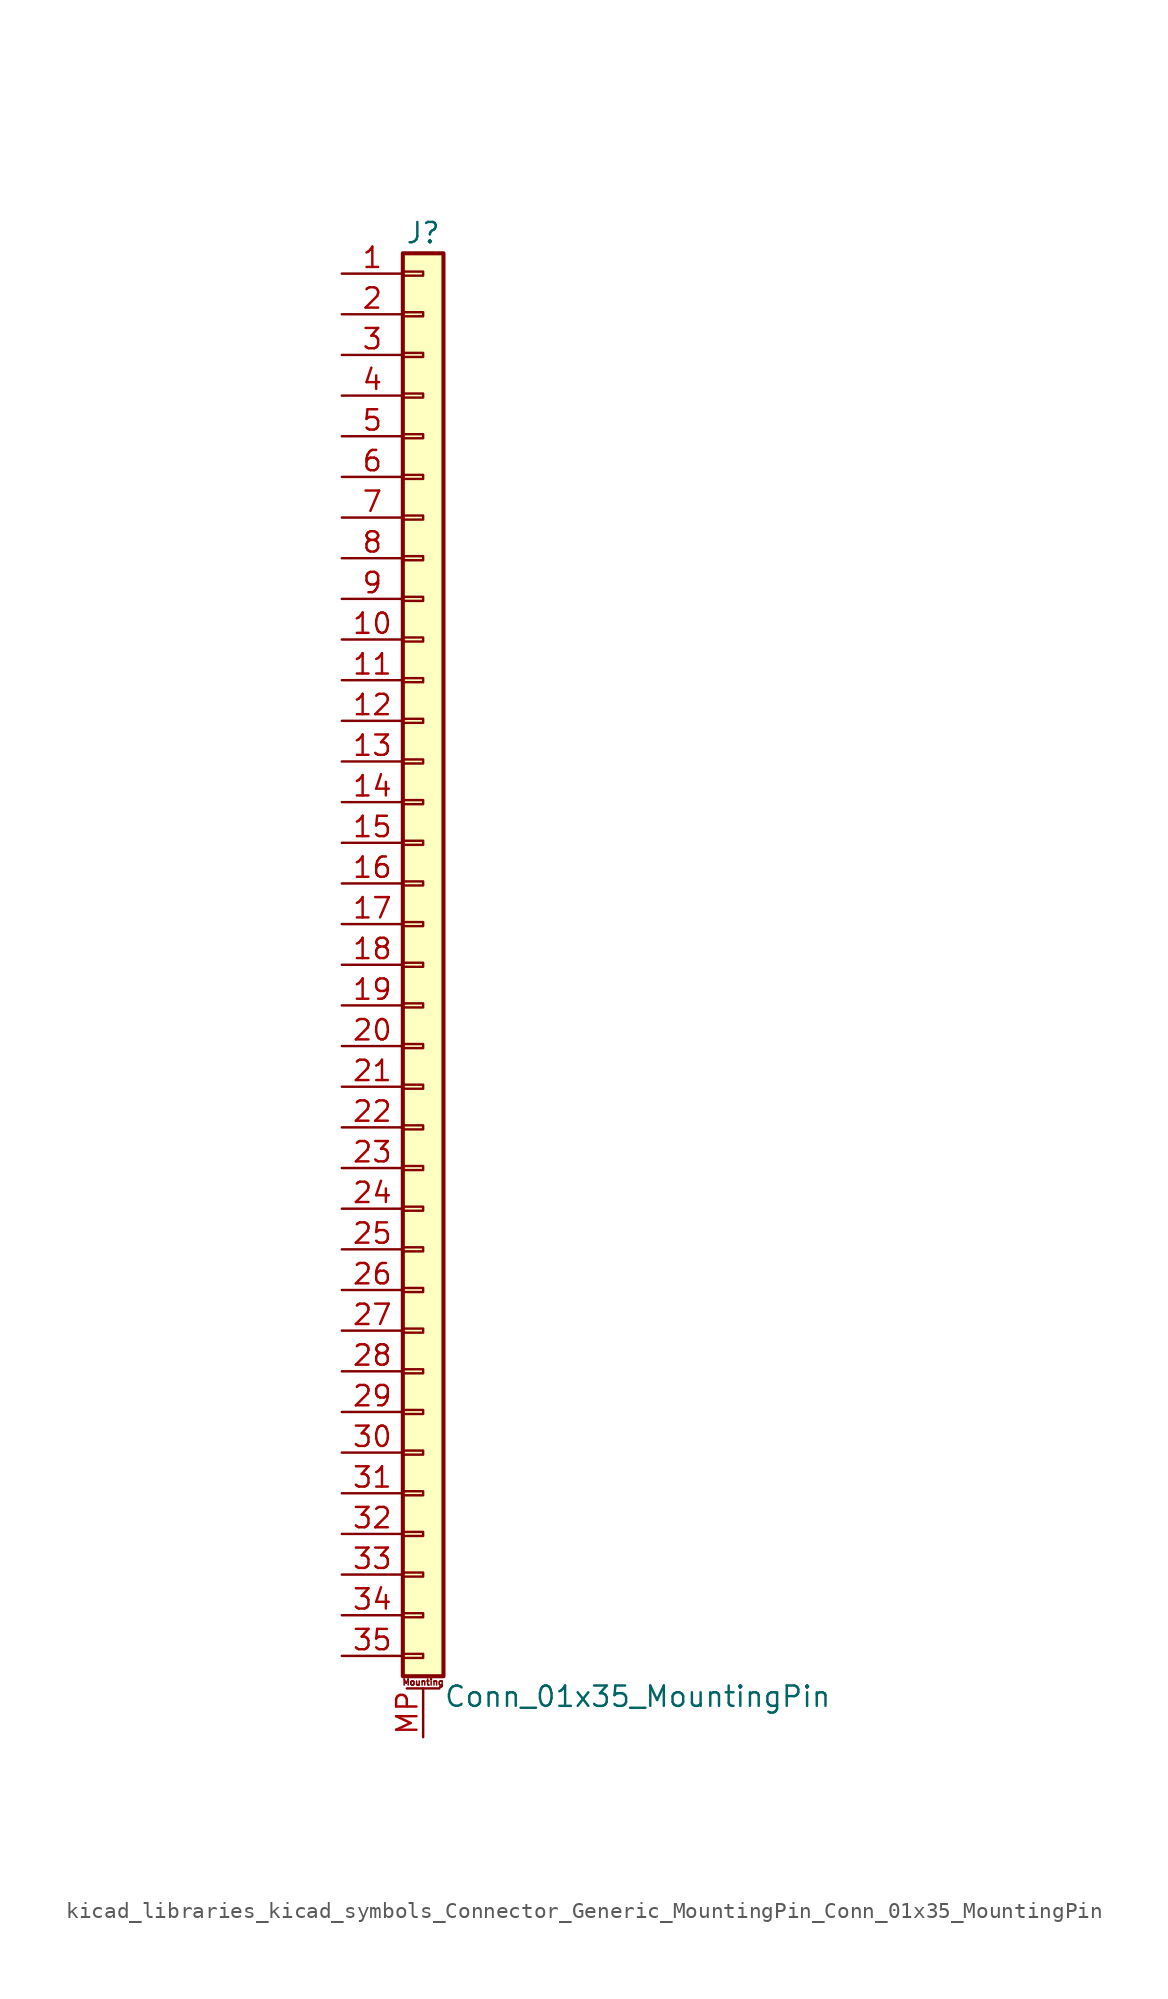
<source format=kicad_sym>
(kicad_symbol_lib
  (version 20220914)
  (generator kicad_symbol_editor)
  (symbol "kicad_libraries_kicad_symbols_Connector_Generic_MountingPin_Conn_01x35_MountingPin"
    (pin_names
      (offset 1.016) hide)
    (property "Reference" "J"
      (at 0 45.72 0)
      (effects (font (size 1.27 1.27))))
    (property "Value" "Conn_01x35_MountingPin"
      (at 1.27 -45.72 0)
      (effects (font (size 1.27 1.27)) (justify left)))
    (symbol "kicad_libraries_kicad_symbols_Connector_Generic_MountingPin_Conn_01x35_MountingPin_1_1"
      (rectangle (start -1.27 -43.053) (end 0 -43.307) (stroke (width 0.152) (type default)) (fill (type none)))
      (rectangle (start -1.27 -40.513) (end 0 -40.767) (stroke (width 0.152) (type default)) (fill (type none)))
      (rectangle (start -1.27 -37.973) (end 0 -38.227) (stroke (width 0.152) (type default)) (fill (type none)))
      (rectangle (start -1.27 -35.433) (end 0 -35.687) (stroke (width 0.152) (type default)) (fill (type none)))
      (rectangle (start -1.27 -32.893) (end 0 -33.147) (stroke (width 0.152) (type default)) (fill (type none)))
      (rectangle (start -1.27 -30.353) (end 0 -30.607) (stroke (width 0.152) (type default)) (fill (type none)))
      (rectangle (start -1.27 -27.813) (end 0 -28.067) (stroke (width 0.152) (type default)) (fill (type none)))
      (rectangle (start -1.27 -25.273) (end 0 -25.527) (stroke (width 0.152) (type default)) (fill (type none)))
      (rectangle (start -1.27 -22.733) (end 0 -22.987) (stroke (width 0.152) (type default)) (fill (type none)))
      (rectangle (start -1.27 -20.193) (end 0 -20.447) (stroke (width 0.152) (type default)) (fill (type none)))
      (rectangle (start -1.27 -17.653) (end 0 -17.907) (stroke (width 0.152) (type default)) (fill (type none)))
      (rectangle (start -1.27 -15.113) (end 0 -15.367) (stroke (width 0.152) (type default)) (fill (type none)))
      (rectangle (start -1.27 -12.573) (end 0 -12.827) (stroke (width 0.152) (type default)) (fill (type none)))
      (rectangle (start -1.27 -10.033) (end 0 -10.287) (stroke (width 0.152) (type default)) (fill (type none)))
      (rectangle (start -1.27 -7.493) (end 0 -7.747) (stroke (width 0.152) (type default)) (fill (type none)))
      (rectangle (start -1.27 -4.953) (end 0 -5.207) (stroke (width 0.152) (type default)) (fill (type none)))
      (rectangle (start -1.27 -2.413) (end 0 -2.667) (stroke (width 0.152) (type default)) (fill (type none)))
      (rectangle (start -1.27 0.127) (end 0 -0.127) (stroke (width 0.152) (type default)) (fill (type none)))
      (rectangle (start -1.27 2.667) (end 0 2.413) (stroke (width 0.152) (type default)) (fill (type none)))
      (rectangle (start -1.27 5.207) (end 0 4.953) (stroke (width 0.152) (type default)) (fill (type none)))
      (rectangle (start -1.27 7.747) (end 0 7.493) (stroke (width 0.152) (type default)) (fill (type none)))
      (rectangle (start -1.27 10.287) (end 0 10.033) (stroke (width 0.152) (type default)) (fill (type none)))
      (rectangle (start -1.27 12.827) (end 0 12.573) (stroke (width 0.152) (type default)) (fill (type none)))
      (rectangle (start -1.27 15.367) (end 0 15.113) (stroke (width 0.152) (type default)) (fill (type none)))
      (rectangle (start -1.27 17.907) (end 0 17.653) (stroke (width 0.152) (type default)) (fill (type none)))
      (rectangle (start -1.27 20.447) (end 0 20.193) (stroke (width 0.152) (type default)) (fill (type none)))
      (rectangle (start -1.27 22.987) (end 0 22.733) (stroke (width 0.152) (type default)) (fill (type none)))
      (rectangle (start -1.27 25.527) (end 0 25.273) (stroke (width 0.152) (type default)) (fill (type none)))
      (rectangle (start -1.27 28.067) (end 0 27.813) (stroke (width 0.152) (type default)) (fill (type none)))
      (rectangle (start -1.27 30.607) (end 0 30.353) (stroke (width 0.152) (type default)) (fill (type none)))
      (rectangle (start -1.27 33.147) (end 0 32.893) (stroke (width 0.152) (type default)) (fill (type none)))
      (rectangle (start -1.27 35.687) (end 0 35.433) (stroke (width 0.152) (type default)) (fill (type none)))
      (rectangle (start -1.27 38.227) (end 0 37.973) (stroke (width 0.152) (type default)) (fill (type none)))
      (rectangle (start -1.27 40.767) (end 0 40.513) (stroke (width 0.152) (type default)) (fill (type none)))
      (rectangle (start -1.27 43.307) (end 0 43.053) (stroke (width 0.152) (type default)) (fill (type none)))
      (rectangle (start -1.27 44.45) (end 1.27 -44.45) (stroke (width 0.254) (type default)) (fill (type background)))
      (polyline (pts (xy -1.016 -45.212) (xy 1.016 -45.212)) (stroke (width 0.152) (type default)) (fill (type none)))
      (text "Mounting" (at 0 -44.831 0) (effects (font (size 0.381 0.381))))
      (pin passive line (at -5.08 43.18 0) (length 3.81) (name "Pin_1" (effects (font (size 1.27 1.27)))) (number "1" (effects (font (size 1.27 1.27)))))
      (pin passive line (at -5.08 20.32 0) (length 3.81) (name "Pin_10" (effects (font (size 1.27 1.27)))) (number "10" (effects (font (size 1.27 1.27)))))
      (pin passive line (at -5.08 17.78 0) (length 3.81) (name "Pin_11" (effects (font (size 1.27 1.27)))) (number "11" (effects (font (size 1.27 1.27)))))
      (pin passive line (at -5.08 15.24 0) (length 3.81) (name "Pin_12" (effects (font (size 1.27 1.27)))) (number "12" (effects (font (size 1.27 1.27)))))
      (pin passive line (at -5.08 12.7 0) (length 3.81) (name "Pin_13" (effects (font (size 1.27 1.27)))) (number "13" (effects (font (size 1.27 1.27)))))
      (pin passive line (at -5.08 10.16 0) (length 3.81) (name "Pin_14" (effects (font (size 1.27 1.27)))) (number "14" (effects (font (size 1.27 1.27)))))
      (pin passive line (at -5.08 7.62 0) (length 3.81) (name "Pin_15" (effects (font (size 1.27 1.27)))) (number "15" (effects (font (size 1.27 1.27)))))
      (pin passive line (at -5.08 5.08 0) (length 3.81) (name "Pin_16" (effects (font (size 1.27 1.27)))) (number "16" (effects (font (size 1.27 1.27)))))
      (pin passive line (at -5.08 2.54 0) (length 3.81) (name "Pin_17" (effects (font (size 1.27 1.27)))) (number "17" (effects (font (size 1.27 1.27)))))
      (pin passive line (at -5.08 0 0) (length 3.81) (name "Pin_18" (effects (font (size 1.27 1.27)))) (number "18" (effects (font (size 1.27 1.27)))))
      (pin passive line (at -5.08 -2.54 0) (length 3.81) (name "Pin_19" (effects (font (size 1.27 1.27)))) (number "19" (effects (font (size 1.27 1.27)))))
      (pin passive line (at -5.08 40.64 0) (length 3.81) (name "Pin_2" (effects (font (size 1.27 1.27)))) (number "2" (effects (font (size 1.27 1.27)))))
      (pin passive line (at -5.08 -5.08 0) (length 3.81) (name "Pin_20" (effects (font (size 1.27 1.27)))) (number "20" (effects (font (size 1.27 1.27)))))
      (pin passive line (at -5.08 -7.62 0) (length 3.81) (name "Pin_21" (effects (font (size 1.27 1.27)))) (number "21" (effects (font (size 1.27 1.27)))))
      (pin passive line (at -5.08 -10.16 0) (length 3.81) (name "Pin_22" (effects (font (size 1.27 1.27)))) (number "22" (effects (font (size 1.27 1.27)))))
      (pin passive line (at -5.08 -12.7 0) (length 3.81) (name "Pin_23" (effects (font (size 1.27 1.27)))) (number "23" (effects (font (size 1.27 1.27)))))
      (pin passive line (at -5.08 -15.24 0) (length 3.81) (name "Pin_24" (effects (font (size 1.27 1.27)))) (number "24" (effects (font (size 1.27 1.27)))))
      (pin passive line (at -5.08 -17.78 0) (length 3.81) (name "Pin_25" (effects (font (size 1.27 1.27)))) (number "25" (effects (font (size 1.27 1.27)))))
      (pin passive line (at -5.08 -20.32 0) (length 3.81) (name "Pin_26" (effects (font (size 1.27 1.27)))) (number "26" (effects (font (size 1.27 1.27)))))
      (pin passive line (at -5.08 -22.86 0) (length 3.81) (name "Pin_27" (effects (font (size 1.27 1.27)))) (number "27" (effects (font (size 1.27 1.27)))))
      (pin passive line (at -5.08 -25.4 0) (length 3.81) (name "Pin_28" (effects (font (size 1.27 1.27)))) (number "28" (effects (font (size 1.27 1.27)))))
      (pin passive line (at -5.08 -27.94 0) (length 3.81) (name "Pin_29" (effects (font (size 1.27 1.27)))) (number "29" (effects (font (size 1.27 1.27)))))
      (pin passive line (at -5.08 38.1 0) (length 3.81) (name "Pin_3" (effects (font (size 1.27 1.27)))) (number "3" (effects (font (size 1.27 1.27)))))
      (pin passive line (at -5.08 -30.48 0) (length 3.81) (name "Pin_30" (effects (font (size 1.27 1.27)))) (number "30" (effects (font (size 1.27 1.27)))))
      (pin passive line (at -5.08 -33.02 0) (length 3.81) (name "Pin_31" (effects (font (size 1.27 1.27)))) (number "31" (effects (font (size 1.27 1.27)))))
      (pin passive line (at -5.08 -35.56 0) (length 3.81) (name "Pin_32" (effects (font (size 1.27 1.27)))) (number "32" (effects (font (size 1.27 1.27)))))
      (pin passive line (at -5.08 -38.1 0) (length 3.81) (name "Pin_33" (effects (font (size 1.27 1.27)))) (number "33" (effects (font (size 1.27 1.27)))))
      (pin passive line (at -5.08 -40.64 0) (length 3.81) (name "Pin_34" (effects (font (size 1.27 1.27)))) (number "34" (effects (font (size 1.27 1.27)))))
      (pin passive line (at -5.08 -43.18 0) (length 3.81) (name "Pin_35" (effects (font (size 1.27 1.27)))) (number "35" (effects (font (size 1.27 1.27)))))
      (pin passive line (at -5.08 35.56 0) (length 3.81) (name "Pin_4" (effects (font (size 1.27 1.27)))) (number "4" (effects (font (size 1.27 1.27)))))
      (pin passive line (at -5.08 33.02 0) (length 3.81) (name "Pin_5" (effects (font (size 1.27 1.27)))) (number "5" (effects (font (size 1.27 1.27)))))
      (pin passive line (at -5.08 30.48 0) (length 3.81) (name "Pin_6" (effects (font (size 1.27 1.27)))) (number "6" (effects (font (size 1.27 1.27)))))
      (pin passive line (at -5.08 27.94 0) (length 3.81) (name "Pin_7" (effects (font (size 1.27 1.27)))) (number "7" (effects (font (size 1.27 1.27)))))
      (pin passive line (at -5.08 25.4 0) (length 3.81) (name "Pin_8" (effects (font (size 1.27 1.27)))) (number "8" (effects (font (size 1.27 1.27)))))
      (pin passive line (at -5.08 22.86 0) (length 3.81) (name "Pin_9" (effects (font (size 1.27 1.27)))) (number "9" (effects (font (size 1.27 1.27)))))
      (pin passive line (at 0 -48.26 90) (length 3.048) (name "MountPin" (effects (font (size 1.27 1.27)))) (number "MP" (effects (font (size 1.27 1.27))))))))
</source>
